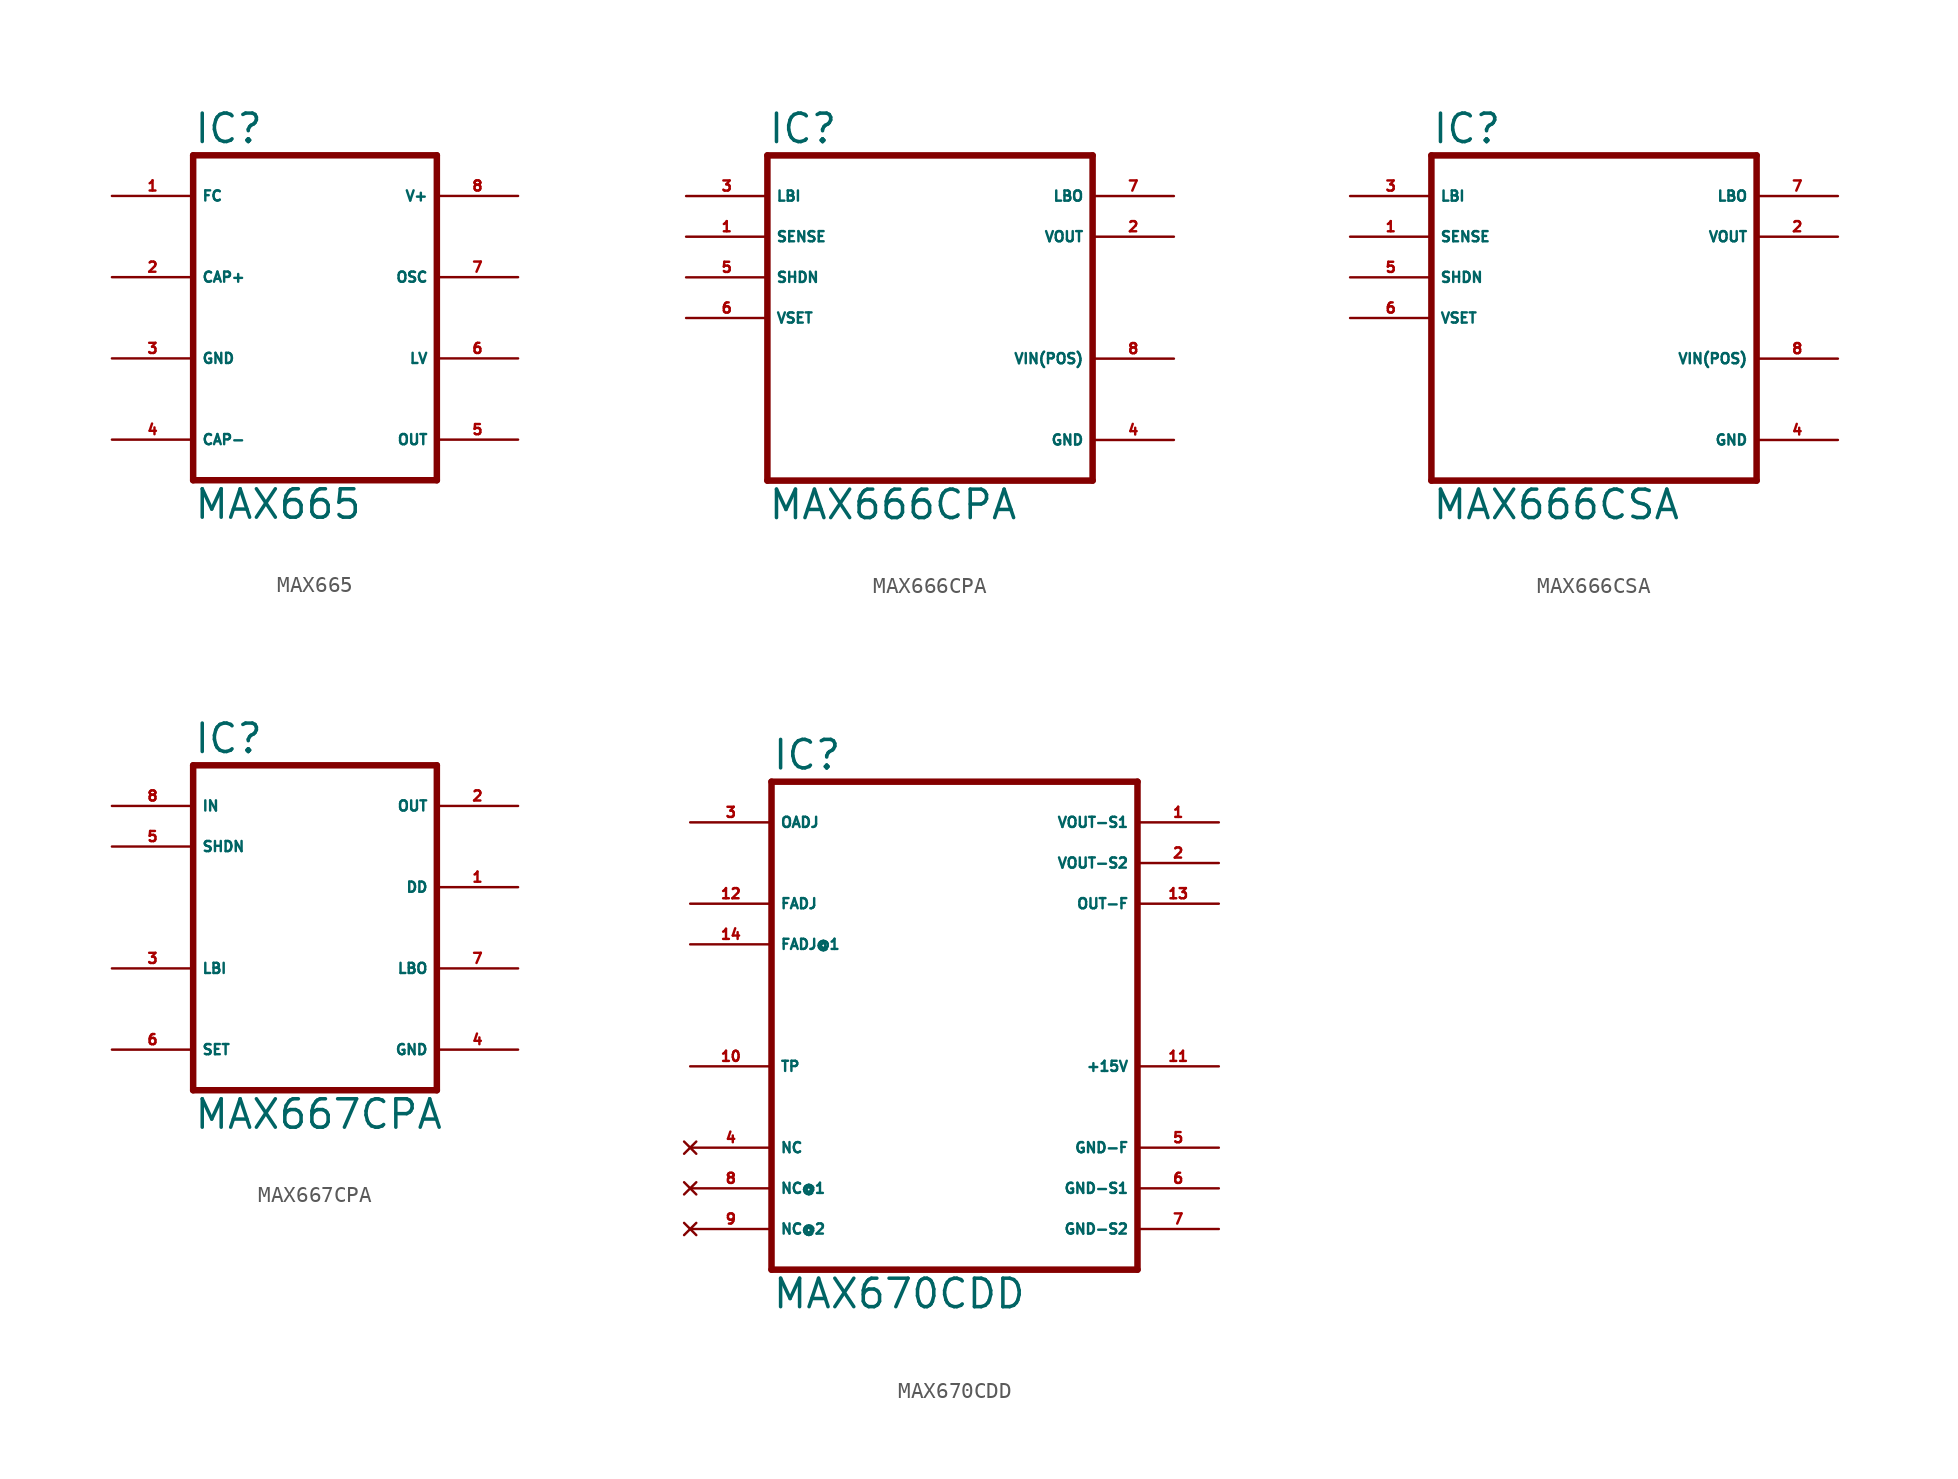
<source format=kicad_sym>
(kicad_symbol_lib
  (version 20220914)
  (generator Eagle2Kicad)
  (symbol "MAX665"
    (property "Reference" "IC"
      (at -7.62 10.795 0)
      (effects (font (size 1.778 1.778) (thickness 0.22)) (justify left bottom)))
    (property "Value" "MAX665"
      (at -7.62 -12.7 0)
      (effects (font (size 1.778 1.778) (thickness 0.22)) (justify left bottom)))
    (polyline
      (pts (xy -7.62 10.16) (xy 7.62 10.16))
      (stroke (width 0.406) (type default))
      (fill (type none)))
    (polyline
      (pts (xy 7.62 10.16) (xy 7.62 -10.16))
      (stroke (width 0.406) (type default))
      (fill (type none)))
    (polyline
      (pts (xy 7.62 -10.16) (xy -7.62 -10.16))
      (stroke (width 0.406) (type default))
      (fill (type none)))
    (polyline
      (pts (xy -7.62 10.16) (xy -7.62 -10.16))
      (stroke (width 0.406) (type default))
      (fill (type none)))
    (pin passive line
      (at -12.7 7.62 0)
      (length 5.08)
      (name "FC" (effects (font (size 0.635 0.635) (thickness 0.08)) (justify left bottom)))
      (number "1" (effects (font (size 0.635 0.635) (thickness 0.08)) (justify left bottom))))
    (pin bidirectional line
      (at -12.7 2.54 0)
      (length 5.08)
      (name "CAP+" (effects (font (size 0.635 0.635) (thickness 0.08)) (justify left bottom)))
      (number "2" (effects (font (size 0.635 0.635) (thickness 0.08)) (justify left bottom))))
    (pin unspecified line
      (at -12.7 -2.54 0)
      (length 5.08)
      (name "GND" (effects (font (size 0.635 0.635) (thickness 0.08)) (justify left bottom)))
      (number "3" (effects (font (size 0.635 0.635) (thickness 0.08)) (justify left bottom))))
    (pin bidirectional line
      (at -12.7 -7.62 0)
      (length 5.08)
      (name "CAP-" (effects (font (size 0.635 0.635) (thickness 0.08)) (justify left bottom)))
      (number "4" (effects (font (size 0.635 0.635) (thickness 0.08)) (justify left bottom))))
    (pin unspecified line
      (at 12.7 7.62 180)
      (length 5.08)
      (name "V+" (effects (font (size 0.635 0.635) (thickness 0.08)) (justify left bottom)))
      (number "8" (effects (font (size 0.635 0.635) (thickness 0.08)) (justify left bottom))))
    (pin output line
      (at 12.7 2.54 180)
      (length 5.08)
      (name "OSC" (effects (font (size 0.635 0.635) (thickness 0.08)) (justify left bottom)))
      (number "7" (effects (font (size 0.635 0.635) (thickness 0.08)) (justify left bottom))))
    (pin passive line
      (at 12.7 -2.54 180)
      (length 5.08)
      (name "LV" (effects (font (size 0.635 0.635) (thickness 0.08)) (justify left bottom)))
      (number "6" (effects (font (size 0.635 0.635) (thickness 0.08)) (justify left bottom))))
    (pin output line
      (at 12.7 -7.62 180)
      (length 5.08)
      (name "OUT" (effects (font (size 0.635 0.635) (thickness 0.08)) (justify left bottom)))
      (number "5" (effects (font (size 0.635 0.635) (thickness 0.08)) (justify left bottom)))))
  (symbol "MAX666CPA"
    (property "Reference" "IC"
      (at -10.16 10.795 0)
      (effects (font (size 1.778 1.778) (thickness 0.22)) (justify left bottom)))
    (property "Value" "MAX666CPA"
      (at -10.16 -12.7 0)
      (effects (font (size 1.778 1.778) (thickness 0.22)) (justify left bottom)))
    (polyline
      (pts (xy -10.16 -10.16) (xy 10.16 -10.16))
      (stroke (width 0.406) (type default))
      (fill (type none)))
    (polyline
      (pts (xy 10.16 10.16) (xy 10.16 -10.16))
      (stroke (width 0.406) (type default))
      (fill (type none)))
    (polyline
      (pts (xy 10.16 10.16) (xy -10.16 10.16))
      (stroke (width 0.406) (type default))
      (fill (type none)))
    (polyline
      (pts (xy -10.16 -10.16) (xy -10.16 10.16))
      (stroke (width 0.406) (type default))
      (fill (type none)))
    (pin input line
      (at -15.24 5.08 0)
      (length 5.08)
      (name "SENSE" (effects (font (size 0.635 0.635) (thickness 0.08)) (justify left bottom)))
      (number "1" (effects (font (size 0.635 0.635) (thickness 0.08)) (justify left bottom))))
    (pin input line
      (at -15.24 7.62 0)
      (length 5.08)
      (name "LBI" (effects (font (size 0.635 0.635) (thickness 0.08)) (justify left bottom)))
      (number "3" (effects (font (size 0.635 0.635) (thickness 0.08)) (justify left bottom))))
    (pin unspecified line
      (at 15.24 -2.54 180)
      (length 5.08)
      (name "VIN(POS)" (effects (font (size 0.635 0.635) (thickness 0.08)) (justify left bottom)))
      (number "8" (effects (font (size 0.635 0.635) (thickness 0.08)) (justify left bottom))))
    (pin output line
      (at 15.24 5.08 180)
      (length 5.08)
      (name "VOUT" (effects (font (size 0.635 0.635) (thickness 0.08)) (justify left bottom)))
      (number "2" (effects (font (size 0.635 0.635) (thickness 0.08)) (justify left bottom))))
    (pin unspecified line
      (at 15.24 -7.62 180)
      (length 5.08)
      (name "GND" (effects (font (size 0.635 0.635) (thickness 0.08)) (justify left bottom)))
      (number "4" (effects (font (size 0.635 0.635) (thickness 0.08)) (justify left bottom))))
    (pin input line
      (at -15.24 2.54 0)
      (length 5.08)
      (name "SHDN" (effects (font (size 0.635 0.635) (thickness 0.08)) (justify left bottom)))
      (number "5" (effects (font (size 0.635 0.635) (thickness 0.08)) (justify left bottom))))
    (pin output line
      (at 15.24 7.62 180)
      (length 5.08)
      (name "LBO" (effects (font (size 0.635 0.635) (thickness 0.08)) (justify left bottom)))
      (number "7" (effects (font (size 0.635 0.635) (thickness 0.08)) (justify left bottom))))
    (pin input line
      (at -15.24 0 0)
      (length 5.08)
      (name "VSET" (effects (font (size 0.635 0.635) (thickness 0.08)) (justify left bottom)))
      (number "6" (effects (font (size 0.635 0.635) (thickness 0.08)) (justify left bottom)))))
  (symbol "MAX666CSA"
    (property "Reference" "IC"
      (at -10.16 10.795 0)
      (effects (font (size 1.778 1.778) (thickness 0.22)) (justify left bottom)))
    (property "Value" "MAX666CSA"
      (at -10.16 -12.7 0)
      (effects (font (size 1.778 1.778) (thickness 0.22)) (justify left bottom)))
    (polyline
      (pts (xy -10.16 -10.16) (xy 10.16 -10.16))
      (stroke (width 0.406) (type default))
      (fill (type none)))
    (polyline
      (pts (xy 10.16 10.16) (xy 10.16 -10.16))
      (stroke (width 0.406) (type default))
      (fill (type none)))
    (polyline
      (pts (xy 10.16 10.16) (xy -10.16 10.16))
      (stroke (width 0.406) (type default))
      (fill (type none)))
    (polyline
      (pts (xy -10.16 -10.16) (xy -10.16 10.16))
      (stroke (width 0.406) (type default))
      (fill (type none)))
    (pin input line
      (at -15.24 5.08 0)
      (length 5.08)
      (name "SENSE" (effects (font (size 0.635 0.635) (thickness 0.08)) (justify left bottom)))
      (number "1" (effects (font (size 0.635 0.635) (thickness 0.08)) (justify left bottom))))
    (pin input line
      (at -15.24 7.62 0)
      (length 5.08)
      (name "LBI" (effects (font (size 0.635 0.635) (thickness 0.08)) (justify left bottom)))
      (number "3" (effects (font (size 0.635 0.635) (thickness 0.08)) (justify left bottom))))
    (pin unspecified line
      (at 15.24 -2.54 180)
      (length 5.08)
      (name "VIN(POS)" (effects (font (size 0.635 0.635) (thickness 0.08)) (justify left bottom)))
      (number "8" (effects (font (size 0.635 0.635) (thickness 0.08)) (justify left bottom))))
    (pin output line
      (at 15.24 5.08 180)
      (length 5.08)
      (name "VOUT" (effects (font (size 0.635 0.635) (thickness 0.08)) (justify left bottom)))
      (number "2" (effects (font (size 0.635 0.635) (thickness 0.08)) (justify left bottom))))
    (pin unspecified line
      (at 15.24 -7.62 180)
      (length 5.08)
      (name "GND" (effects (font (size 0.635 0.635) (thickness 0.08)) (justify left bottom)))
      (number "4" (effects (font (size 0.635 0.635) (thickness 0.08)) (justify left bottom))))
    (pin input line
      (at -15.24 2.54 0)
      (length 5.08)
      (name "SHDN" (effects (font (size 0.635 0.635) (thickness 0.08)) (justify left bottom)))
      (number "5" (effects (font (size 0.635 0.635) (thickness 0.08)) (justify left bottom))))
    (pin output line
      (at 15.24 7.62 180)
      (length 5.08)
      (name "LBO" (effects (font (size 0.635 0.635) (thickness 0.08)) (justify left bottom)))
      (number "7" (effects (font (size 0.635 0.635) (thickness 0.08)) (justify left bottom))))
    (pin input line
      (at -15.24 0 0)
      (length 5.08)
      (name "VSET" (effects (font (size 0.635 0.635) (thickness 0.08)) (justify left bottom)))
      (number "6" (effects (font (size 0.635 0.635) (thickness 0.08)) (justify left bottom)))))
  (symbol "MAX667CPA"
    (property "Reference" "IC"
      (at -7.62 10.795 0)
      (effects (font (size 1.778 1.778) (thickness 0.22)) (justify left bottom)))
    (property "Value" "MAX667CPA"
      (at -7.62 -12.7 0)
      (effects (font (size 1.778 1.778) (thickness 0.22)) (justify left bottom)))
    (polyline
      (pts (xy 7.62 -10.16) (xy -7.62 -10.16))
      (stroke (width 0.406) (type default))
      (fill (type none)))
    (polyline
      (pts (xy -7.62 10.16) (xy -7.62 -10.16))
      (stroke (width 0.406) (type default))
      (fill (type none)))
    (polyline
      (pts (xy -7.62 10.16) (xy 7.62 10.16))
      (stroke (width 0.406) (type default))
      (fill (type none)))
    (polyline
      (pts (xy 7.62 -10.16) (xy 7.62 10.16))
      (stroke (width 0.406) (type default))
      (fill (type none)))
    (pin unspecified line
      (at 12.7 -7.62 180)
      (length 5.08)
      (name "GND" (effects (font (size 0.635 0.635) (thickness 0.08)) (justify left bottom)))
      (number "4" (effects (font (size 0.635 0.635) (thickness 0.08)) (justify left bottom))))
    (pin input line
      (at -12.7 7.62 0)
      (length 5.08)
      (name "IN" (effects (font (size 0.635 0.635) (thickness 0.08)) (justify left bottom)))
      (number "8" (effects (font (size 0.635 0.635) (thickness 0.08)) (justify left bottom))))
    (pin passive line
      (at 12.7 -2.54 180)
      (length 5.08)
      (name "LBO" (effects (font (size 0.635 0.635) (thickness 0.08)) (justify left bottom)))
      (number "7" (effects (font (size 0.635 0.635) (thickness 0.08)) (justify left bottom))))
    (pin unspecified line
      (at 12.7 7.62 180)
      (length 5.08)
      (name "OUT" (effects (font (size 0.635 0.635) (thickness 0.08)) (justify left bottom)))
      (number "2" (effects (font (size 0.635 0.635) (thickness 0.08)) (justify left bottom))))
    (pin passive line
      (at 12.7 2.54 180)
      (length 5.08)
      (name "DD" (effects (font (size 0.635 0.635) (thickness 0.08)) (justify left bottom)))
      (number "1" (effects (font (size 0.635 0.635) (thickness 0.08)) (justify left bottom))))
    (pin input line
      (at -12.7 5.08 0)
      (length 5.08)
      (name "SHDN" (effects (font (size 0.635 0.635) (thickness 0.08)) (justify left bottom)))
      (number "5" (effects (font (size 0.635 0.635) (thickness 0.08)) (justify left bottom))))
    (pin input line
      (at -12.7 -7.62 0)
      (length 5.08)
      (name "SET" (effects (font (size 0.635 0.635) (thickness 0.08)) (justify left bottom)))
      (number "6" (effects (font (size 0.635 0.635) (thickness 0.08)) (justify left bottom))))
    (pin input line
      (at -12.7 -2.54 0)
      (length 5.08)
      (name "LBI" (effects (font (size 0.635 0.635) (thickness 0.08)) (justify left bottom)))
      (number "3" (effects (font (size 0.635 0.635) (thickness 0.08)) (justify left bottom)))))
  (symbol "MAX670CDD"
    (property "Reference" "IC"
      (at -12.7 15.875 0)
      (effects (font (size 1.778 1.778) (thickness 0.22)) (justify left bottom)))
    (property "Value" "MAX670CDD"
      (at -12.7 -17.78 0)
      (effects (font (size 1.778 1.778) (thickness 0.22)) (justify left bottom)))
    (polyline
      (pts (xy -12.7 -15.24) (xy 10.16 -15.24))
      (stroke (width 0.406) (type default))
      (fill (type none)))
    (polyline
      (pts (xy 10.16 15.24) (xy 10.16 -15.24))
      (stroke (width 0.406) (type default))
      (fill (type none)))
    (polyline
      (pts (xy 10.16 15.24) (xy -12.7 15.24))
      (stroke (width 0.406) (type default))
      (fill (type none)))
    (polyline
      (pts (xy -12.7 -15.24) (xy -12.7 15.24))
      (stroke (width 0.406) (type default))
      (fill (type none)))
    (pin output line
      (at 15.24 12.7 180)
      (length 5.08)
      (name "VOUT-S1" (effects (font (size 0.635 0.635) (thickness 0.08)) (justify left bottom)))
      (number "1" (effects (font (size 0.635 0.635) (thickness 0.08)) (justify left bottom))))
    (pin output line
      (at 15.24 10.16 180)
      (length 5.08)
      (name "VOUT-S2" (effects (font (size 0.635 0.635) (thickness 0.08)) (justify left bottom)))
      (number "2" (effects (font (size 0.635 0.635) (thickness 0.08)) (justify left bottom))))
    (pin output line
      (at 15.24 7.62 180)
      (length 5.08)
      (name "OUT-F" (effects (font (size 0.635 0.635) (thickness 0.08)) (justify left bottom)))
      (number "13" (effects (font (size 0.635 0.635) (thickness 0.08)) (justify left bottom))))
    (pin unspecified line
      (at 15.24 -7.62 180)
      (length 5.08)
      (name "GND-F" (effects (font (size 0.635 0.635) (thickness 0.08)) (justify left bottom)))
      (number "5" (effects (font (size 0.635 0.635) (thickness 0.08)) (justify left bottom))))
    (pin unspecified line
      (at 15.24 -10.16 180)
      (length 5.08)
      (name "GND-S1" (effects (font (size 0.635 0.635) (thickness 0.08)) (justify left bottom)))
      (number "6" (effects (font (size 0.635 0.635) (thickness 0.08)) (justify left bottom))))
    (pin unspecified line
      (at 15.24 -12.7 180)
      (length 5.08)
      (name "GND-S2" (effects (font (size 0.635 0.635) (thickness 0.08)) (justify left bottom)))
      (number "7" (effects (font (size 0.635 0.635) (thickness 0.08)) (justify left bottom))))
    (pin unspecified line
      (at 15.24 -2.54 180)
      (length 5.08)
      (name "+15V" (effects (font (size 0.635 0.635) (thickness 0.08)) (justify left bottom)))
      (number "11" (effects (font (size 0.635 0.635) (thickness 0.08)) (justify left bottom))))
    (pin input line
      (at -17.78 12.7 0)
      (length 5.08)
      (name "OADJ" (effects (font (size 0.635 0.635) (thickness 0.08)) (justify left bottom)))
      (number "3" (effects (font (size 0.635 0.635) (thickness 0.08)) (justify left bottom))))
    (pin input line
      (at -17.78 7.62 0)
      (length 5.08)
      (name "FADJ" (effects (font (size 0.635 0.635) (thickness 0.08)) (justify left bottom)))
      (number "12" (effects (font (size 0.635 0.635) (thickness 0.08)) (justify left bottom))))
    (pin input line
      (at -17.78 5.08 0)
      (length 5.08)
      (name "FADJ@1" (effects (font (size 0.635 0.635) (thickness 0.08)) (justify left bottom)))
      (number "14" (effects (font (size 0.635 0.635) (thickness 0.08)) (justify left bottom))))
    (pin no_connect line
      (at -17.78 -7.62 0)
      (length 5.08)
      (name "NC" (effects (font (size 0.635 0.635) (thickness 0.08)) (justify left bottom) hide))
      (number "4" (effects (font (size 0.635 0.635) (thickness 0.08)) (justify left bottom) hide)))
    (pin no_connect line
      (at -17.78 -10.16 0)
      (length 5.08)
      (name "NC@1" (effects (font (size 0.635 0.635) (thickness 0.08)) (justify left bottom) hide))
      (number "8" (effects (font (size 0.635 0.635) (thickness 0.08)) (justify left bottom) hide)))
    (pin no_connect line
      (at -17.78 -12.7 0)
      (length 5.08)
      (name "NC@2" (effects (font (size 0.635 0.635) (thickness 0.08)) (justify left bottom) hide))
      (number "9" (effects (font (size 0.635 0.635) (thickness 0.08)) (justify left bottom) hide)))
    (pin passive line
      (at -17.78 -2.54 0)
      (length 5.08)
      (name "TP" (effects (font (size 0.635 0.635) (thickness 0.08)) (justify left bottom)))
      (number "10" (effects (font (size 0.635 0.635) (thickness 0.08)) (justify left bottom))))))
</source>
